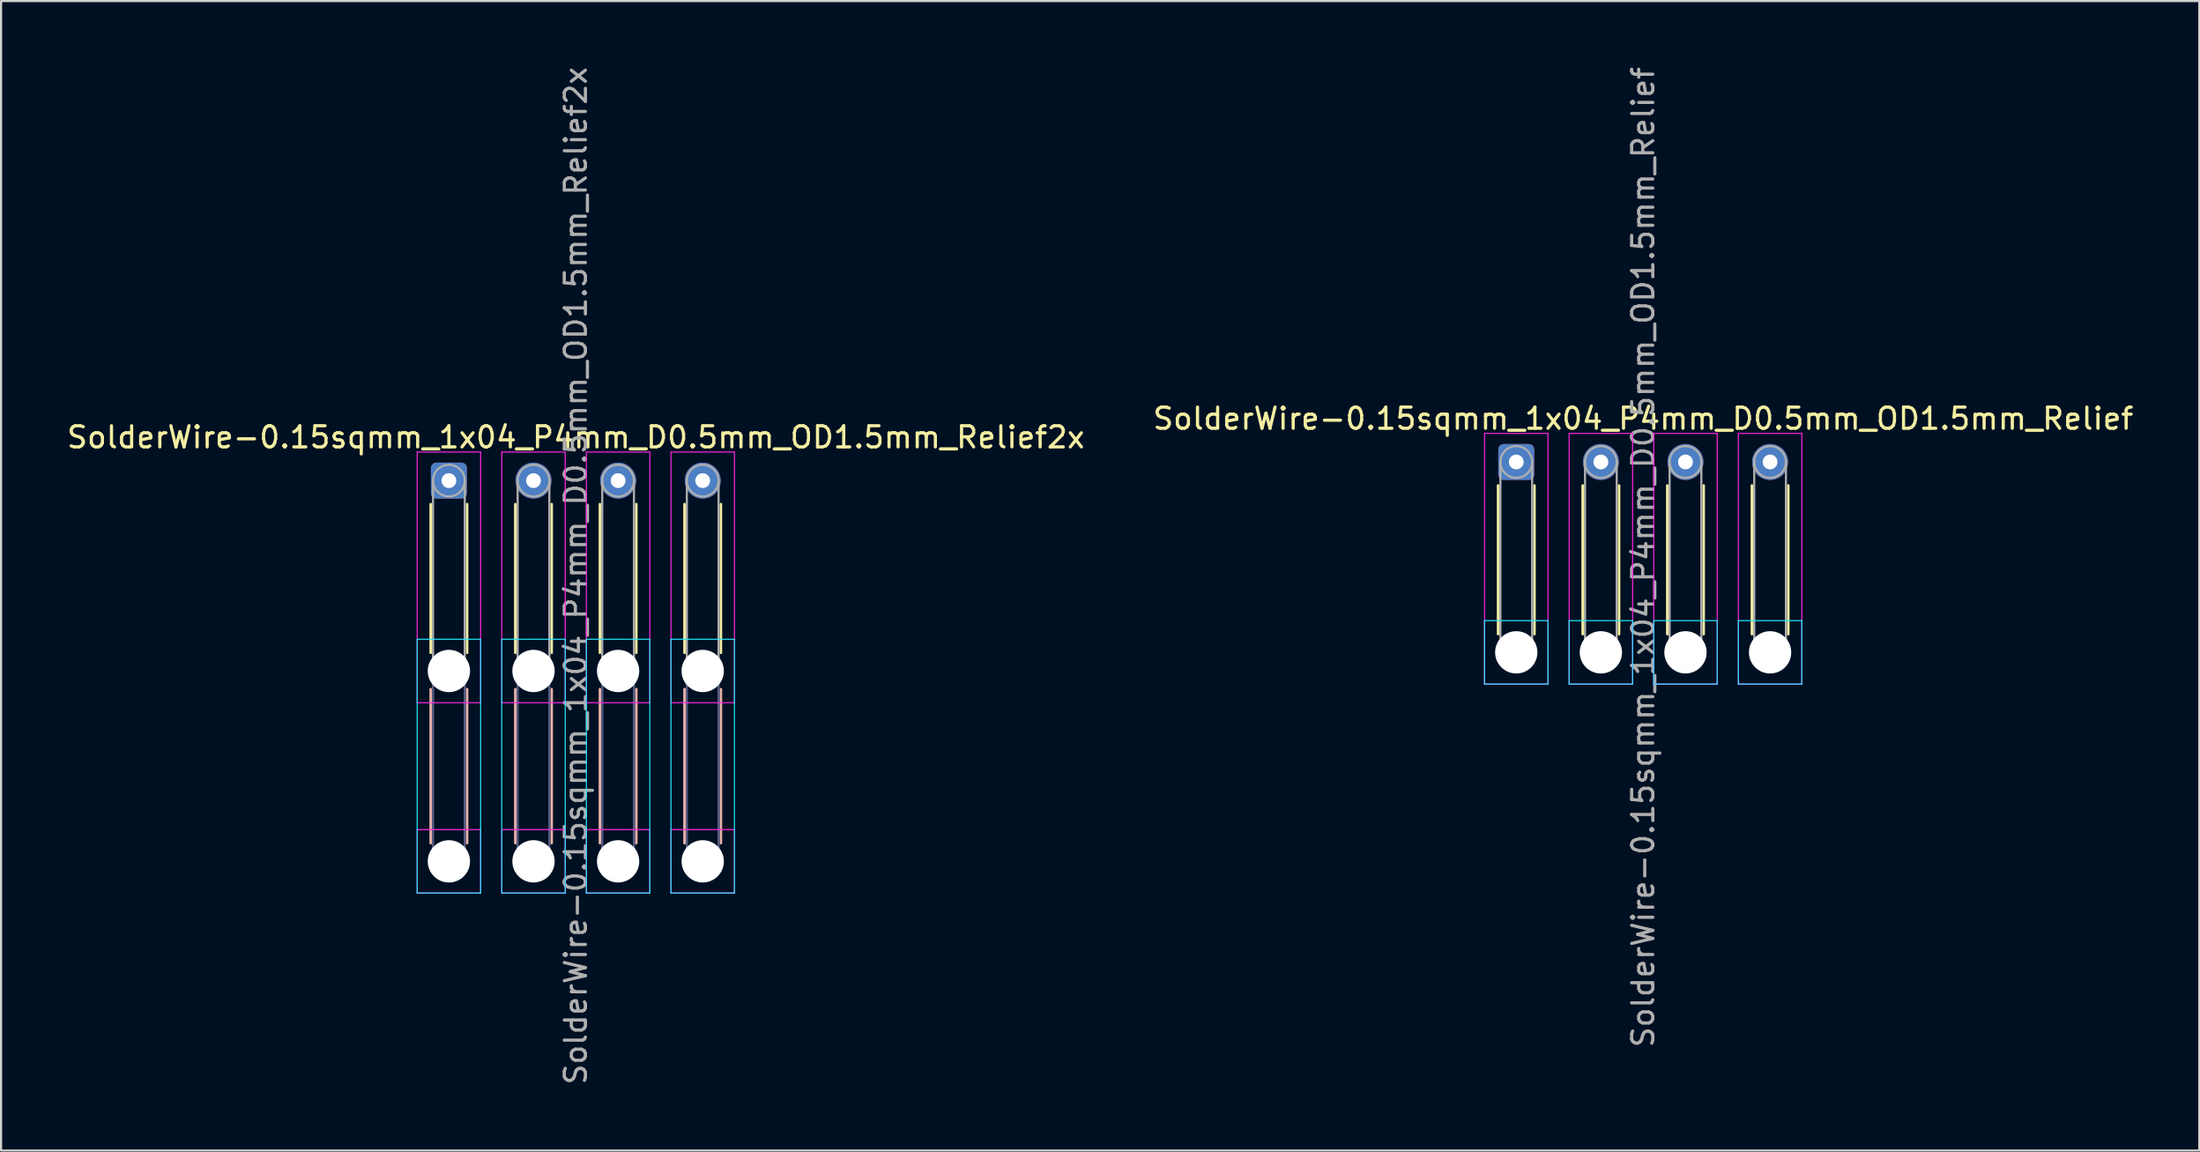
<source format=kicad_pcb>
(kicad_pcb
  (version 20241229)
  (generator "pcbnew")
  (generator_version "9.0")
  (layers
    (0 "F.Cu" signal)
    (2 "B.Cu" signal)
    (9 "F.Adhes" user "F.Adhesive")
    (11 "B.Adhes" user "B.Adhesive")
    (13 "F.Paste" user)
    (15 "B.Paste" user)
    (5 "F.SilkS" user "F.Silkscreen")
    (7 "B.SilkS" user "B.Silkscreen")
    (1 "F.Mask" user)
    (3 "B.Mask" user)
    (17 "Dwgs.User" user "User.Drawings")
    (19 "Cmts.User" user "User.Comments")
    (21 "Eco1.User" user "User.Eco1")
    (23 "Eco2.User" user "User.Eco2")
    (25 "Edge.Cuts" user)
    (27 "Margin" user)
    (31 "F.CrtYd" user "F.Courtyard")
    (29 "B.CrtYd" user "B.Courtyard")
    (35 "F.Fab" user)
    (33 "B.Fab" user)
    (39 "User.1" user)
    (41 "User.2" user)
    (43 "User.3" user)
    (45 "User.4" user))
  (footprint "SolderWire-0.15sqmm_1x04_P4mm_D0.5mm_OD1.5mm_Relief2x"
    (layer "F.Cu")
    (at 18.173 19.673)
    (property "Reference" "SolderWire-0.15sqmm_1x04_P4mm_D0.5mm_OD1.5mm_Relief2x" (at 6 -2.05 0) (layer "F.SilkS") (effects (font (size 1 1) (thickness 0.15))))
    (attr exclude_from_pos_files exclude_from_bom)
    (fp_line (start -0.86 1.11) (end -0.86 8.14) (stroke (width 0.12) (type solid)) (layer "F.SilkS"))
    (fp_line (start 0.86 1.11) (end 0.86 8.14) (stroke (width 0.12) (type solid)) (layer "F.SilkS"))
    (fp_line (start 3.14 1.11) (end 3.14 8.14) (stroke (width 0.12) (type solid)) (layer "F.SilkS"))
    (fp_line (start 4.86 1.11) (end 4.86 8.14) (stroke (width 0.12) (type solid)) (layer "F.SilkS"))
    (fp_line (start 7.14 1.11) (end 7.14 8.14) (stroke (width 0.12) (type solid)) (layer "F.SilkS"))
    (fp_line (start 8.86 1.11) (end 8.86 8.14) (stroke (width 0.12) (type solid)) (layer "F.SilkS"))
    (fp_line (start 11.14 1.11) (end 11.14 8.14) (stroke (width 0.12) (type solid)) (layer "F.SilkS"))
    (fp_line (start 12.86 1.11) (end 12.86 8.14) (stroke (width 0.12) (type solid)) (layer "F.SilkS"))
    (fp_line (start -0.86 9.86) (end -0.86 17.14) (stroke (width 0.12) (type solid)) (layer "B.SilkS"))
    (fp_line (start 0.86 9.86) (end 0.86 17.14) (stroke (width 0.12) (type solid)) (layer "B.SilkS"))
    (fp_line (start 3.14 9.86) (end 3.14 17.14) (stroke (width 0.12) (type solid)) (layer "B.SilkS"))
    (fp_line (start 4.86 9.86) (end 4.86 17.14) (stroke (width 0.12) (type solid)) (layer "B.SilkS"))
    (fp_line (start 7.14 9.86) (end 7.14 17.14) (stroke (width 0.12) (type solid)) (layer "B.SilkS"))
    (fp_line (start 8.86 9.86) (end 8.86 17.14) (stroke (width 0.12) (type solid)) (layer "B.SilkS"))
    (fp_line (start 11.14 9.86) (end 11.14 17.14) (stroke (width 0.12) (type solid)) (layer "B.SilkS"))
    (fp_line (start 12.86 9.86) (end 12.86 17.14) (stroke (width 0.12) (type solid)) (layer "B.SilkS"))
    (fp_line (start -1.5 7.5) (end -1.5 19.5) (stroke (width 0.05) (type solid)) (layer "B.CrtYd"))
    (fp_line (start -1.5 19.5) (end 1.5 19.5) (stroke (width 0.05) (type solid)) (layer "B.CrtYd"))
    (fp_line (start 1.5 7.5) (end -1.5 7.5) (stroke (width 0.05) (type solid)) (layer "B.CrtYd"))
    (fp_line (start 1.5 19.5) (end 1.5 7.5) (stroke (width 0.05) (type solid)) (layer "B.CrtYd"))
    (fp_line (start 2.5 7.5) (end 2.5 19.5) (stroke (width 0.05) (type solid)) (layer "B.CrtYd"))
    (fp_line (start 2.5 19.5) (end 5.5 19.5) (stroke (width 0.05) (type solid)) (layer "B.CrtYd"))
    (fp_line (start 5.5 7.5) (end 2.5 7.5) (stroke (width 0.05) (type solid)) (layer "B.CrtYd"))
    (fp_line (start 5.5 19.5) (end 5.5 7.5) (stroke (width 0.05) (type solid)) (layer "B.CrtYd"))
    (fp_line (start 6.5 7.5) (end 6.5 19.5) (stroke (width 0.05) (type solid)) (layer "B.CrtYd"))
    (fp_line (start 6.5 19.5) (end 9.5 19.5) (stroke (width 0.05) (type solid)) (layer "B.CrtYd"))
    (fp_line (start 9.5 7.5) (end 6.5 7.5) (stroke (width 0.05) (type solid)) (layer "B.CrtYd"))
    (fp_line (start 9.5 19.5) (end 9.5 7.5) (stroke (width 0.05) (type solid)) (layer "B.CrtYd"))
    (fp_line (start 10.5 7.5) (end 10.5 19.5) (stroke (width 0.05) (type solid)) (layer "B.CrtYd"))
    (fp_line (start 10.5 19.5) (end 13.5 19.5) (stroke (width 0.05) (type solid)) (layer "B.CrtYd"))
    (fp_line (start 13.5 7.5) (end 10.5 7.5) (stroke (width 0.05) (type solid)) (layer "B.CrtYd"))
    (fp_line (start 13.5 19.5) (end 13.5 7.5) (stroke (width 0.05) (type solid)) (layer "B.CrtYd"))
    (fp_line (start -1.5 -1.35) (end -1.5 10.5) (stroke (width 0.05) (type solid)) (layer "F.CrtYd"))
    (fp_line (start -1.5 10.5) (end 1.5 10.5) (stroke (width 0.05) (type solid)) (layer "F.CrtYd"))
    (fp_line (start -1.5 16.5) (end -1.5 19.5) (stroke (width 0.05) (type solid)) (layer "F.CrtYd"))
    (fp_line (start -1.5 19.5) (end 1.5 19.5) (stroke (width 0.05) (type solid)) (layer "F.CrtYd"))
    (fp_line (start 1.5 -1.35) (end -1.5 -1.35) (stroke (width 0.05) (type solid)) (layer "F.CrtYd"))
    (fp_line (start 1.5 10.5) (end 1.5 -1.35) (stroke (width 0.05) (type solid)) (layer "F.CrtYd"))
    (fp_line (start 1.5 16.5) (end -1.5 16.5) (stroke (width 0.05) (type solid)) (layer "F.CrtYd"))
    (fp_line (start 1.5 19.5) (end 1.5 16.5) (stroke (width 0.05) (type solid)) (layer "F.CrtYd"))
    (fp_line (start 2.5 -1.35) (end 2.5 10.5) (stroke (width 0.05) (type solid)) (layer "F.CrtYd"))
    (fp_line (start 2.5 10.5) (end 5.5 10.5) (stroke (width 0.05) (type solid)) (layer "F.CrtYd"))
    (fp_line (start 2.5 16.5) (end 2.5 19.5) (stroke (width 0.05) (type solid)) (layer "F.CrtYd"))
    (fp_line (start 2.5 19.5) (end 5.5 19.5) (stroke (width 0.05) (type solid)) (layer "F.CrtYd"))
    (fp_line (start 5.5 -1.35) (end 2.5 -1.35) (stroke (width 0.05) (type solid)) (layer "F.CrtYd"))
    (fp_line (start 5.5 10.5) (end 5.5 -1.35) (stroke (width 0.05) (type solid)) (layer "F.CrtYd"))
    (fp_line (start 5.5 16.5) (end 2.5 16.5) (stroke (width 0.05) (type solid)) (layer "F.CrtYd"))
    (fp_line (start 5.5 19.5) (end 5.5 16.5) (stroke (width 0.05) (type solid)) (layer "F.CrtYd"))
    (fp_line (start 6.5 -1.35) (end 6.5 10.5) (stroke (width 0.05) (type solid)) (layer "F.CrtYd"))
    (fp_line (start 6.5 10.5) (end 9.5 10.5) (stroke (width 0.05) (type solid)) (layer "F.CrtYd"))
    (fp_line (start 6.5 16.5) (end 6.5 19.5) (stroke (width 0.05) (type solid)) (layer "F.CrtYd"))
    (fp_line (start 6.5 19.5) (end 9.5 19.5) (stroke (width 0.05) (type solid)) (layer "F.CrtYd"))
    (fp_line (start 9.5 -1.35) (end 6.5 -1.35) (stroke (width 0.05) (type solid)) (layer "F.CrtYd"))
    (fp_line (start 9.5 10.5) (end 9.5 -1.35) (stroke (width 0.05) (type solid)) (layer "F.CrtYd"))
    (fp_line (start 9.5 16.5) (end 6.5 16.5) (stroke (width 0.05) (type solid)) (layer "F.CrtYd"))
    (fp_line (start 9.5 19.5) (end 9.5 16.5) (stroke (width 0.05) (type solid)) (layer "F.CrtYd"))
    (fp_line (start 10.5 -1.35) (end 10.5 10.5) (stroke (width 0.05) (type solid)) (layer "F.CrtYd"))
    (fp_line (start 10.5 10.5) (end 13.5 10.5) (stroke (width 0.05) (type solid)) (layer "F.CrtYd"))
    (fp_line (start 10.5 16.5) (end 10.5 19.5) (stroke (width 0.05) (type solid)) (layer "F.CrtYd"))
    (fp_line (start 10.5 19.5) (end 13.5 19.5) (stroke (width 0.05) (type solid)) (layer "F.CrtYd"))
    (fp_line (start 13.5 -1.35) (end 10.5 -1.35) (stroke (width 0.05) (type solid)) (layer "F.CrtYd"))
    (fp_line (start 13.5 10.5) (end 13.5 -1.35) (stroke (width 0.05) (type solid)) (layer "F.CrtYd"))
    (fp_line (start 13.5 16.5) (end 10.5 16.5) (stroke (width 0.05) (type solid)) (layer "F.CrtYd"))
    (fp_line (start 13.5 19.5) (end 13.5 16.5) (stroke (width 0.05) (type solid)) (layer "F.CrtYd"))
    (fp_line (start -0.75 9) (end -0.75 18) (stroke (width 0.1) (type solid)) (layer "B.Fab"))
    (fp_line (start 0.75 9) (end 0.75 18) (stroke (width 0.1) (type solid)) (layer "B.Fab"))
    (fp_line (start 3.25 9) (end 3.25 18) (stroke (width 0.1) (type solid)) (layer "B.Fab"))
    (fp_line (start 4.75 9) (end 4.75 18) (stroke (width 0.1) (type solid)) (layer "B.Fab"))
    (fp_line (start 7.25 9) (end 7.25 18) (stroke (width 0.1) (type solid)) (layer "B.Fab"))
    (fp_line (start 8.75 9) (end 8.75 18) (stroke (width 0.1) (type solid)) (layer "B.Fab"))
    (fp_line (start 11.25 9) (end 11.25 18) (stroke (width 0.1) (type solid)) (layer "B.Fab"))
    (fp_line (start 12.75 9) (end 12.75 18) (stroke (width 0.1) (type solid)) (layer "B.Fab"))
    (fp_circle (center 0 9) (end 0.75 9) (stroke (width 0.1) (type solid)) (fill no) (layer "B.Fab"))
    (fp_circle (center 0 18) (end 0.75 18) (stroke (width 0.1) (type solid)) (fill no) (layer "B.Fab"))
    (fp_circle (center 4 9) (end 4.75 9) (stroke (width 0.1) (type solid)) (fill no) (layer "B.Fab"))
    (fp_circle (center 4 18) (end 4.75 18) (stroke (width 0.1) (type solid)) (fill no) (layer "B.Fab"))
    (fp_circle (center 8 9) (end 8.75 9) (stroke (width 0.1) (type solid)) (fill no) (layer "B.Fab"))
    (fp_circle (center 8 18) (end 8.75 18) (stroke (width 0.1) (type solid)) (fill no) (layer "B.Fab"))
    (fp_circle (center 12 9) (end 12.75 9) (stroke (width 0.1) (type solid)) (fill no) (layer "B.Fab"))
    (fp_circle (center 12 18) (end 12.75 18) (stroke (width 0.1) (type solid)) (fill no) (layer "B.Fab"))
    (fp_line (start -0.75 0) (end -0.75 9) (stroke (width 0.1) (type solid)) (layer "F.Fab"))
    (fp_line (start 0.75 0) (end 0.75 9) (stroke (width 0.1) (type solid)) (layer "F.Fab"))
    (fp_line (start 3.25 0) (end 3.25 9) (stroke (width 0.1) (type solid)) (layer "F.Fab"))
    (fp_line (start 4.75 0) (end 4.75 9) (stroke (width 0.1) (type solid)) (layer "F.Fab"))
    (fp_line (start 7.25 0) (end 7.25 9) (stroke (width 0.1) (type solid)) (layer "F.Fab"))
    (fp_line (start 8.75 0) (end 8.75 9) (stroke (width 0.1) (type solid)) (layer "F.Fab"))
    (fp_line (start 11.25 0) (end 11.25 9) (stroke (width 0.1) (type solid)) (layer "F.Fab"))
    (fp_line (start 12.75 0) (end 12.75 9) (stroke (width 0.1) (type solid)) (layer "F.Fab"))
    (fp_circle (center 0 0) (end 0.75 0) (stroke (width 0.1) (type solid)) (fill no) (layer "F.Fab"))
    (fp_circle (center 0 9) (end 0.75 9) (stroke (width 0.1) (type solid)) (fill no) (layer "F.Fab"))
    (fp_circle (center 0 18) (end 0.75 18) (stroke (width 0.1) (type solid)) (fill no) (layer "F.Fab"))
    (fp_circle (center 4 0) (end 4.75 0) (stroke (width 0.1) (type solid)) (fill no) (layer "F.Fab"))
    (fp_circle (center 4 9) (end 4.75 9) (stroke (width 0.1) (type solid)) (fill no) (layer "F.Fab"))
    (fp_circle (center 4 18) (end 4.75 18) (stroke (width 0.1) (type solid)) (fill no) (layer "F.Fab"))
    (fp_circle (center 8 0) (end 8.75 0) (stroke (width 0.1) (type solid)) (fill no) (layer "F.Fab"))
    (fp_circle (center 8 9) (end 8.75 9) (stroke (width 0.1) (type solid)) (fill no) (layer "F.Fab"))
    (fp_circle (center 8 18) (end 8.75 18) (stroke (width 0.1) (type solid)) (fill no) (layer "F.Fab"))
    (fp_circle (center 12 0) (end 12.75 0) (stroke (width 0.1) (type solid)) (fill no) (layer "F.Fab"))
    (fp_circle (center 12 9) (end 12.75 9) (stroke (width 0.1) (type solid)) (fill no) (layer "F.Fab"))
    (fp_circle (center 12 18) (end 12.75 18) (stroke (width 0.1) (type solid)) (fill no) (layer "F.Fab"))
    (fp_text user "${REFERENCE}" (at 6 4.5 90) (layer "F.Fab") (effects (font (size 1 1) (thickness 0.15))))
    (pad "" np_thru_hole circle (at 0 9) (size 2 2) (drill 2) (layers "*.Cu" "*.Mask"))
    (pad "" np_thru_hole circle (at 0 18) (size 2 2) (drill 2) (layers "*.Cu" "*.Mask"))
    (pad "" np_thru_hole circle (at 4 9) (size 2 2) (drill 2) (layers "*.Cu" "*.Mask"))
    (pad "" np_thru_hole circle (at 4 18) (size 2 2) (drill 2) (layers "*.Cu" "*.Mask"))
    (pad "" np_thru_hole circle (at 8 9) (size 2 2) (drill 2) (layers "*.Cu" "*.Mask"))
    (pad "" np_thru_hole circle (at 8 18) (size 2 2) (drill 2) (layers "*.Cu" "*.Mask"))
    (pad "" np_thru_hole circle (at 12 9) (size 2 2) (drill 2) (layers "*.Cu" "*.Mask"))
    (pad "" np_thru_hole circle (at 12 18) (size 2 2) (drill 2) (layers "*.Cu" "*.Mask"))
    (pad "1" thru_hole roundrect (at 0 0) (size 1.7 1.7) (drill 0.7) (layers "*.Cu" "*.Mask") (roundrect_rratio 0.147))
    (pad "2" thru_hole circle (at 4 0) (size 1.7 1.7) (drill 0.7) (layers "*.Cu" "*.Mask"))
    (pad "3" thru_hole circle (at 8 0) (size 1.7 1.7) (drill 0.7) (layers "*.Cu" "*.Mask"))
    (pad "4" thru_hole circle (at 12 0) (size 1.7 1.7) (drill 0.7) (layers "*.Cu" "*.Mask")))
  (footprint "SolderWire-0.15sqmm_1x04_P4mm_D0.5mm_OD1.5mm_Relief"
    (layer "F.Cu")
    (at 68.637 18.792)
    (property "Reference" "SolderWire-0.15sqmm_1x04_P4mm_D0.5mm_OD1.5mm_Relief" (at 6 -2.05 0) (layer "F.SilkS") (effects (font (size 1 1) (thickness 0.15))))
    (attr exclude_from_pos_files exclude_from_bom)
    (fp_line (start -0.86 1.11) (end -0.86 8.14) (stroke (width 0.12) (type solid)) (layer "F.SilkS"))
    (fp_line (start 0.86 1.11) (end 0.86 8.14) (stroke (width 0.12) (type solid)) (layer "F.SilkS"))
    (fp_line (start 3.14 1.11) (end 3.14 8.14) (stroke (width 0.12) (type solid)) (layer "F.SilkS"))
    (fp_line (start 4.86 1.11) (end 4.86 8.14) (stroke (width 0.12) (type solid)) (layer "F.SilkS"))
    (fp_line (start 7.14 1.11) (end 7.14 8.14) (stroke (width 0.12) (type solid)) (layer "F.SilkS"))
    (fp_line (start 8.86 1.11) (end 8.86 8.14) (stroke (width 0.12) (type solid)) (layer "F.SilkS"))
    (fp_line (start 11.14 1.11) (end 11.14 8.14) (stroke (width 0.12) (type solid)) (layer "F.SilkS"))
    (fp_line (start 12.86 1.11) (end 12.86 8.14) (stroke (width 0.12) (type solid)) (layer "F.SilkS"))
    (fp_line (start -1.5 7.5) (end -1.5 10.5) (stroke (width 0.05) (type solid)) (layer "B.CrtYd"))
    (fp_line (start -1.5 10.5) (end 1.5 10.5) (stroke (width 0.05) (type solid)) (layer "B.CrtYd"))
    (fp_line (start 1.5 7.5) (end -1.5 7.5) (stroke (width 0.05) (type solid)) (layer "B.CrtYd"))
    (fp_line (start 1.5 10.5) (end 1.5 7.5) (stroke (width 0.05) (type solid)) (layer "B.CrtYd"))
    (fp_line (start 2.5 7.5) (end 2.5 10.5) (stroke (width 0.05) (type solid)) (layer "B.CrtYd"))
    (fp_line (start 2.5 10.5) (end 5.5 10.5) (stroke (width 0.05) (type solid)) (layer "B.CrtYd"))
    (fp_line (start 5.5 7.5) (end 2.5 7.5) (stroke (width 0.05) (type solid)) (layer "B.CrtYd"))
    (fp_line (start 5.5 10.5) (end 5.5 7.5) (stroke (width 0.05) (type solid)) (layer "B.CrtYd"))
    (fp_line (start 6.5 7.5) (end 6.5 10.5) (stroke (width 0.05) (type solid)) (layer "B.CrtYd"))
    (fp_line (start 6.5 10.5) (end 9.5 10.5) (stroke (width 0.05) (type solid)) (layer "B.CrtYd"))
    (fp_line (start 9.5 7.5) (end 6.5 7.5) (stroke (width 0.05) (type solid)) (layer "B.CrtYd"))
    (fp_line (start 9.5 10.5) (end 9.5 7.5) (stroke (width 0.05) (type solid)) (layer "B.CrtYd"))
    (fp_line (start 10.5 7.5) (end 10.5 10.5) (stroke (width 0.05) (type solid)) (layer "B.CrtYd"))
    (fp_line (start 10.5 10.5) (end 13.5 10.5) (stroke (width 0.05) (type solid)) (layer "B.CrtYd"))
    (fp_line (start 13.5 7.5) (end 10.5 7.5) (stroke (width 0.05) (type solid)) (layer "B.CrtYd"))
    (fp_line (start 13.5 10.5) (end 13.5 7.5) (stroke (width 0.05) (type solid)) (layer "B.CrtYd"))
    (fp_line (start -1.5 -1.35) (end -1.5 10.5) (stroke (width 0.05) (type solid)) (layer "F.CrtYd"))
    (fp_line (start -1.5 10.5) (end 1.5 10.5) (stroke (width 0.05) (type solid)) (layer "F.CrtYd"))
    (fp_line (start 1.5 -1.35) (end -1.5 -1.35) (stroke (width 0.05) (type solid)) (layer "F.CrtYd"))
    (fp_line (start 1.5 10.5) (end 1.5 -1.35) (stroke (width 0.05) (type solid)) (layer "F.CrtYd"))
    (fp_line (start 2.5 -1.35) (end 2.5 10.5) (stroke (width 0.05) (type solid)) (layer "F.CrtYd"))
    (fp_line (start 2.5 10.5) (end 5.5 10.5) (stroke (width 0.05) (type solid)) (layer "F.CrtYd"))
    (fp_line (start 5.5 -1.35) (end 2.5 -1.35) (stroke (width 0.05) (type solid)) (layer "F.CrtYd"))
    (fp_line (start 5.5 10.5) (end 5.5 -1.35) (stroke (width 0.05) (type solid)) (layer "F.CrtYd"))
    (fp_line (start 6.5 -1.35) (end 6.5 10.5) (stroke (width 0.05) (type solid)) (layer "F.CrtYd"))
    (fp_line (start 6.5 10.5) (end 9.5 10.5) (stroke (width 0.05) (type solid)) (layer "F.CrtYd"))
    (fp_line (start 9.5 -1.35) (end 6.5 -1.35) (stroke (width 0.05) (type solid)) (layer "F.CrtYd"))
    (fp_line (start 9.5 10.5) (end 9.5 -1.35) (stroke (width 0.05) (type solid)) (layer "F.CrtYd"))
    (fp_line (start 10.5 -1.35) (end 10.5 10.5) (stroke (width 0.05) (type solid)) (layer "F.CrtYd"))
    (fp_line (start 10.5 10.5) (end 13.5 10.5) (stroke (width 0.05) (type solid)) (layer "F.CrtYd"))
    (fp_line (start 13.5 -1.35) (end 10.5 -1.35) (stroke (width 0.05) (type solid)) (layer "F.CrtYd"))
    (fp_line (start 13.5 10.5) (end 13.5 -1.35) (stroke (width 0.05) (type solid)) (layer "F.CrtYd"))
    (fp_line (start -0.75 0) (end -0.75 9) (stroke (width 0.1) (type solid)) (layer "F.Fab"))
    (fp_line (start 0.75 0) (end 0.75 9) (stroke (width 0.1) (type solid)) (layer "F.Fab"))
    (fp_line (start 3.25 0) (end 3.25 9) (stroke (width 0.1) (type solid)) (layer "F.Fab"))
    (fp_line (start 4.75 0) (end 4.75 9) (stroke (width 0.1) (type solid)) (layer "F.Fab"))
    (fp_line (start 7.25 0) (end 7.25 9) (stroke (width 0.1) (type solid)) (layer "F.Fab"))
    (fp_line (start 8.75 0) (end 8.75 9) (stroke (width 0.1) (type solid)) (layer "F.Fab"))
    (fp_line (start 11.25 0) (end 11.25 9) (stroke (width 0.1) (type solid)) (layer "F.Fab"))
    (fp_line (start 12.75 0) (end 12.75 9) (stroke (width 0.1) (type solid)) (layer "F.Fab"))
    (fp_circle (center 0 0) (end 0.75 0) (stroke (width 0.1) (type solid)) (fill no) (layer "F.Fab"))
    (fp_circle (center 0 9) (end 0.75 9) (stroke (width 0.1) (type solid)) (fill no) (layer "F.Fab"))
    (fp_circle (center 4 0) (end 4.75 0) (stroke (width 0.1) (type solid)) (fill no) (layer "F.Fab"))
    (fp_circle (center 4 9) (end 4.75 9) (stroke (width 0.1) (type solid)) (fill no) (layer "F.Fab"))
    (fp_circle (center 8 0) (end 8.75 0) (stroke (width 0.1) (type solid)) (fill no) (layer "F.Fab"))
    (fp_circle (center 8 9) (end 8.75 9) (stroke (width 0.1) (type solid)) (fill no) (layer "F.Fab"))
    (fp_circle (center 12 0) (end 12.75 0) (stroke (width 0.1) (type solid)) (fill no) (layer "F.Fab"))
    (fp_circle (center 12 9) (end 12.75 9) (stroke (width 0.1) (type solid)) (fill no) (layer "F.Fab"))
    (fp_text user "${REFERENCE}" (at 6 4.5 90) (layer "F.Fab") (effects (font (size 1 1) (thickness 0.15))))
    (pad "" np_thru_hole circle (at 0 9) (size 2 2) (drill 2) (layers "*.Cu" "*.Mask"))
    (pad "" np_thru_hole circle (at 4 9) (size 2 2) (drill 2) (layers "*.Cu" "*.Mask"))
    (pad "" np_thru_hole circle (at 8 9) (size 2 2) (drill 2) (layers "*.Cu" "*.Mask"))
    (pad "" np_thru_hole circle (at 12 9) (size 2 2) (drill 2) (layers "*.Cu" "*.Mask"))
    (pad "1" thru_hole roundrect (at 0 0) (size 1.7 1.7) (drill 0.7) (layers "*.Cu" "*.Mask") (roundrect_rratio 0.147))
    (pad "2" thru_hole circle (at 4 0) (size 1.7 1.7) (drill 0.7) (layers "*.Cu" "*.Mask"))
    (pad "3" thru_hole circle (at 8 0) (size 1.7 1.7) (drill 0.7) (layers "*.Cu" "*.Mask"))
    (pad "4" thru_hole circle (at 12 0) (size 1.7 1.7) (drill 0.7) (layers "*.Cu" "*.Mask")))
  (gr_rect
    (start -3 -3)
    (end 100.929 51.345)
    (stroke (width 0.1) (type default))
    (fill no)
    (layer "Edge.Cuts")))
</source>
